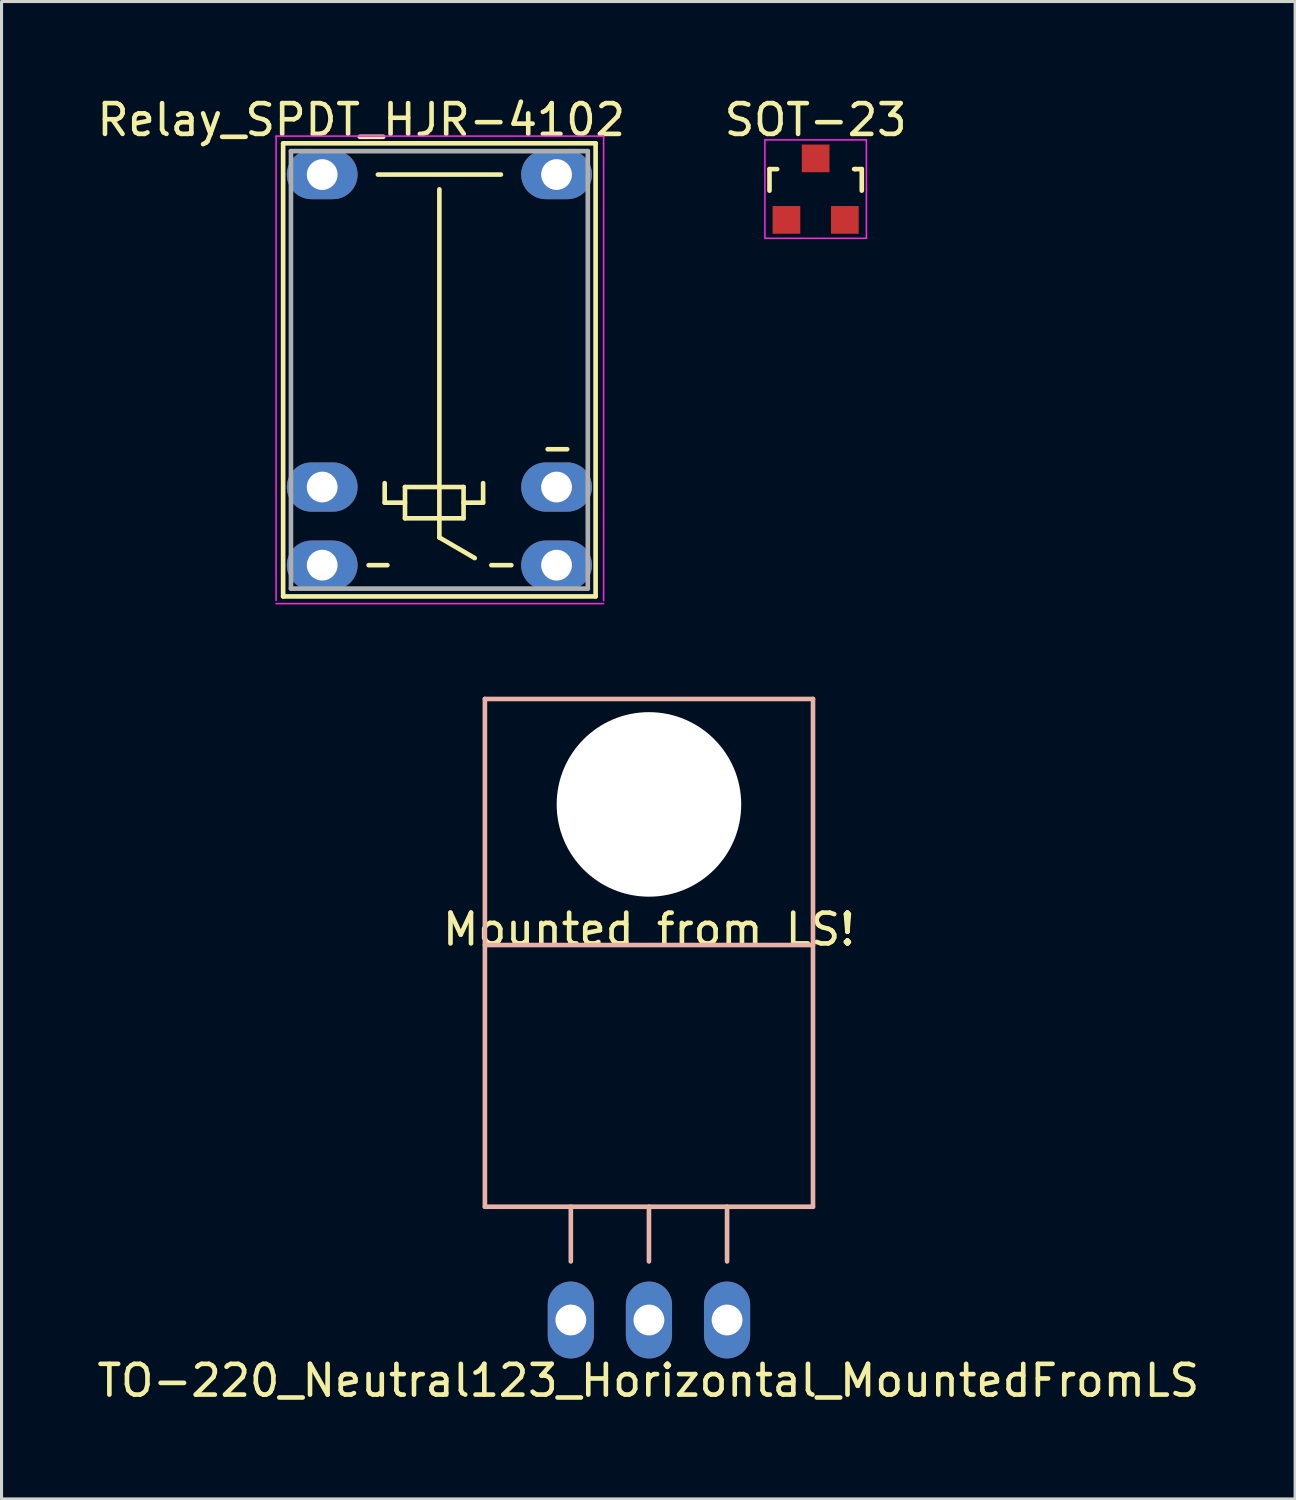
<source format=kicad_pcb>
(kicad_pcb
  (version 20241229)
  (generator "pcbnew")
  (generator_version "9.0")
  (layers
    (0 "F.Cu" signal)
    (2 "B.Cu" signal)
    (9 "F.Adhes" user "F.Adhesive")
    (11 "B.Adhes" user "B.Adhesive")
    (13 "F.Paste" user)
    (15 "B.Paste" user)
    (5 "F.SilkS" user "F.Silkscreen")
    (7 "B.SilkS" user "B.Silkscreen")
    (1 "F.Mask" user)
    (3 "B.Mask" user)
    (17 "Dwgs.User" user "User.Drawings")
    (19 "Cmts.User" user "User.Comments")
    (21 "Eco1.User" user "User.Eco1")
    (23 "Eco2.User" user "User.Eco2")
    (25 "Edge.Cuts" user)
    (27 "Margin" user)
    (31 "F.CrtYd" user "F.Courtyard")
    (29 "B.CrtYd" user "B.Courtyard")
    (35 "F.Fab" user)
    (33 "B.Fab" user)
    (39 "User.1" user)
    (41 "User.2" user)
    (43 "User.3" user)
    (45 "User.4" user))
  (footprint "TO-220_Neutral123_Horizontal_MountedFromLS"
    (layer "F.Cu")
    (at 18.05 39.869)
    (property "Reference" "TO-220_Neutral123_Horizontal_MountedFromLS" (at -0.02 1.97 0) (layer "F.SilkS") (effects (font (size 1 1) (thickness 0.15))))
    (attr through_hole)
    (fp_line (start -5.334 -20.193) (end -5.334 -3.683) (stroke (width 0.15) (type solid)) (layer "B.SilkS"))
    (fp_line (start -5.334 -20.193) (end 5.334 -20.193) (stroke (width 0.15) (type solid)) (layer "B.SilkS"))
    (fp_line (start -5.334 -12.192) (end 5.334 -12.192) (stroke (width 0.15) (type solid)) (layer "B.SilkS"))
    (fp_line (start -5.334 -3.683) (end 5.334 -3.683) (stroke (width 0.15) (type solid)) (layer "B.SilkS"))
    (fp_line (start -2.54 -3.683) (end -2.54 -1.905) (stroke (width 0.15) (type solid)) (layer "B.SilkS"))
    (fp_line (start 0 -3.683) (end 0 -1.905) (stroke (width 0.15) (type solid)) (layer "B.SilkS"))
    (fp_line (start 2.54 -3.683) (end 2.54 -1.905) (stroke (width 0.15) (type solid)) (layer "B.SilkS"))
    (fp_line (start 5.334 -20.193) (end 5.334 -3.683) (stroke (width 0.15) (type solid)) (layer "B.SilkS"))
    (fp_text user "Mounted from LS!" (at 0 -12.7 0) (layer "F.SilkS") (effects (font (size 1 1) (thickness 0.15))))
    (pad "" np_thru_hole circle (at 0 -16.764 90) (size 6 6) (drill 6) (layers "*.Cu" "*.Mask"))
    (pad "1" thru_hole oval (at 2.54 0 90) (size 2.499 1.501) (drill 1.001) (layers "*.Cu" "*.Mask"))
    (pad "2" thru_hole oval (at 0 0 90) (size 2.499 1.501) (drill 1.001) (layers "*.Cu" "*.Mask"))
    (pad "3" thru_hole oval (at -2.54 0 90) (size 2.499 1.501) (drill 1.001) (layers "*.Cu" "*.Mask")))
  (footprint "SOT-23"
    (layer "F.Cu")
    (at 23.47 3.098)
    (property "Reference" "SOT-23" (at 0 -2.25 0) (layer "F.SilkS") (effects (font (size 1 1) (thickness 0.15))))
    (attr smd)
    (fp_line (start -1.5 -0.65) (end -1.251 -0.65) (stroke (width 0.15) (type solid)) (layer "F.SilkS"))
    (fp_line (start -1.5 0.051) (end -1.5 -0.65) (stroke (width 0.15) (type solid)) (layer "F.SilkS"))
    (fp_line (start 1.299 -0.65) (end 1.251 -0.65) (stroke (width 0.15) (type solid)) (layer "F.SilkS"))
    (fp_line (start 1.299 -0.65) (end 1.5 -0.65) (stroke (width 0.15) (type solid)) (layer "F.SilkS"))
    (fp_line (start 1.5 -0.65) (end 1.5 0.051) (stroke (width 0.15) (type solid)) (layer "F.SilkS"))
    (fp_line (start -1.65 -1.6) (end 1.65 -1.6) (stroke (width 0.05) (type solid)) (layer "F.CrtYd"))
    (fp_line (start -1.65 1.6) (end -1.65 -1.6) (stroke (width 0.05) (type solid)) (layer "F.CrtYd"))
    (fp_line (start 1.65 -1.6) (end 1.65 1.6) (stroke (width 0.05) (type solid)) (layer "F.CrtYd"))
    (fp_line (start 1.65 1.6) (end -1.65 1.6) (stroke (width 0.05) (type solid)) (layer "F.CrtYd"))
    (pad "1" smd rect (at -0.95 1.001) (size 0.9 0.9) (layers "F.Cu" "F.Mask" "F.Paste"))
    (pad "2" smd rect (at 0.95 1.001) (size 0.9 0.9) (layers "F.Cu" "F.Mask" "F.Paste"))
    (pad "3" smd rect (at 0 -0.998) (size 0.9 0.9) (layers "F.Cu" "F.Mask" "F.Paste")))
  (footprint "Relay_SPDT_HJR-4102"
    (layer "F.Cu")
    (at 7.426 2.626)
    (property "Reference" "Relay_SPDT_HJR-4102" (at 1.27 -1.778 0) (layer "F.SilkS") (effects (font (size 1 1) (thickness 0.15))))
    (attr through_hole)
    (fp_line (start -1.27 -1.016) (end 8.89 -1.016) (stroke (width 0.15) (type solid)) (layer "F.SilkS"))
    (fp_line (start -1.27 13.716) (end -1.27 -1.016) (stroke (width 0.15) (type solid)) (layer "F.SilkS"))
    (fp_line (start 1.51 12.7) (end 2.12 12.7) (stroke (width 0.15) (type solid)) (layer "F.SilkS"))
    (fp_line (start 1.81 0) (end 5.81 0) (stroke (width 0.15) (type solid)) (layer "F.SilkS"))
    (fp_line (start 2.032 10.033) (end 2.032 10.668) (stroke (width 0.15) (type solid)) (layer "F.SilkS"))
    (fp_line (start 2.032 10.668) (end 2.692 10.668) (stroke (width 0.15) (type solid)) (layer "F.SilkS"))
    (fp_line (start 2.692 10.16) (end 2.692 11.176) (stroke (width 0.15) (type solid)) (layer "F.SilkS"))
    (fp_line (start 2.692 11.176) (end 4.597 11.176) (stroke (width 0.15) (type solid)) (layer "F.SilkS"))
    (fp_line (start 3.81 11.8) (end 3.81 0.48) (stroke (width 0.15) (type solid)) (layer "F.SilkS"))
    (fp_line (start 4.597 10.16) (end 2.692 10.16) (stroke (width 0.15) (type solid)) (layer "F.SilkS"))
    (fp_line (start 4.597 10.16) (end 4.597 11.176) (stroke (width 0.15) (type solid)) (layer "F.SilkS"))
    (fp_line (start 4.96 12.47) (end 3.81 11.8) (stroke (width 0.15) (type solid)) (layer "F.SilkS"))
    (fp_line (start 5.232 10.033) (end 5.232 10.668) (stroke (width 0.15) (type solid)) (layer "F.SilkS"))
    (fp_line (start 5.232 10.668) (end 4.597 10.668) (stroke (width 0.15) (type solid)) (layer "F.SilkS"))
    (fp_line (start 5.5 12.7) (end 6.15 12.7) (stroke (width 0.15) (type solid)) (layer "F.SilkS"))
    (fp_line (start 7.966 8.93) (end 7.331 8.93) (stroke (width 0.15) (type solid)) (layer "F.SilkS"))
    (fp_line (start 8.89 -1.016) (end 8.89 13.716) (stroke (width 0.15) (type solid)) (layer "F.SilkS"))
    (fp_line (start 8.89 13.716) (end -1.27 13.716) (stroke (width 0.15) (type solid)) (layer "F.SilkS"))
    (fp_line (start -1.5 -1.25) (end 9.15 -1.25) (stroke (width 0.05) (type solid)) (layer "F.CrtYd"))
    (fp_line (start -1.5 13.85) (end -1.5 -1.25) (stroke (width 0.05) (type solid)) (layer "F.CrtYd"))
    (fp_line (start 9.15 -1.25) (end 9.15 13.85) (stroke (width 0.05) (type solid)) (layer "F.CrtYd"))
    (fp_line (start 9.15 13.95) (end -1.5 13.95) (stroke (width 0.05) (type solid)) (layer "F.CrtYd"))
    (fp_line (start -1.016 -0.762) (end 8.636 -0.762) (stroke (width 0.15) (type solid)) (layer "F.Fab"))
    (fp_line (start -1.016 13.462) (end -1.016 -0.762) (stroke (width 0.15) (type solid)) (layer "F.Fab"))
    (fp_line (start 8.636 -0.762) (end 8.636 13.462) (stroke (width 0.15) (type solid)) (layer "F.Fab"))
    (fp_line (start 8.636 13.462) (end -1.016 13.462) (stroke (width 0.15) (type solid)) (layer "F.Fab"))
    (pad "1" thru_hole oval (at 0 0) (size 2.3 1.6) (drill 1) (layers "*.Cu" "*.Mask"))
    (pad "5" thru_hole oval (at 0 10.16) (size 2.3 1.6) (drill 1) (layers "*.Cu" "*.Mask"))
    (pad "6" thru_hole oval (at 0 12.7) (size 2.3 1.6) (drill 1) (layers "*.Cu" "*.Mask"))
    (pad "7" thru_hole oval (at 7.62 12.7) (size 2.3 1.6) (drill 1) (layers "*.Cu" "*.Mask"))
    (pad "8" thru_hole oval (at 7.62 10.16) (size 2.3 1.6) (drill 1) (layers "*.Cu" "*.Mask"))
    (pad "12" thru_hole oval (at 7.62 0) (size 2.3 1.6) (drill 1) (layers "*.Cu" "*.Mask")))
  (gr_rect
    (start -3 -3)
    (end 39.06 45.688)
    (stroke (width 0.1) (type default))
    (fill no)
    (layer "Edge.Cuts")))
</source>
